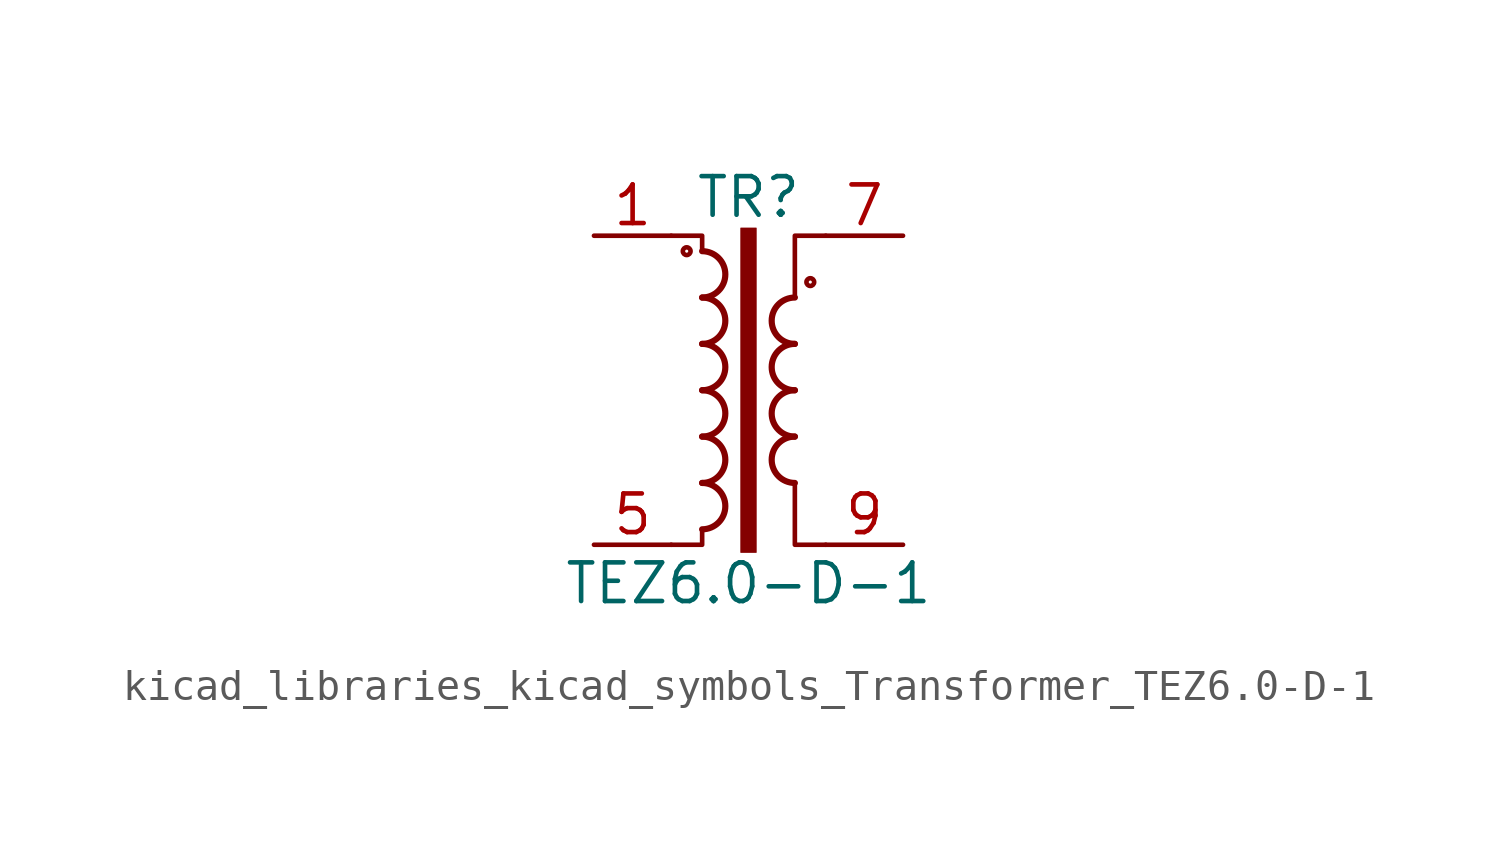
<source format=kicad_sym>
(kicad_symbol_lib
  (version 20220914)
  (generator kicad_symbol_editor)
  (symbol "kicad_libraries_kicad_symbols_Transformer_TEZ6.0-D-1"
    (pin_names
      (offset 0.025))
    (property "Reference" "TR"
      (at 0 6.35 0)
      (effects (font (size 1.27 1.27))))
    (property "Value" "TEZ6.0-D-1"
      (at 0 -6.35 0)
      (effects (font (size 1.27 1.27))))
    (symbol "kicad_libraries_kicad_symbols_Transformer_TEZ6.0-D-1_0_1"
      (circle (center -2.032 4.572) (radius 0.127) (stroke (width 0) (type default)) (fill (type none)))
      (arc (start -1.524 -4.572) (mid -0.7653 -3.81) (end -1.524 -3.048) (stroke (width 0.2032) (type default)) (fill (type none)))
      (arc (start -1.524 -3.048) (mid -0.7653 -2.286) (end -1.524 -1.524) (stroke (width 0.2032) (type default)) (fill (type none)))
      (arc (start -1.524 -1.524) (mid -0.7653 -0.762) (end -1.524 0) (stroke (width 0.2032) (type default)) (fill (type none)))
      (arc (start -1.524 0) (mid -0.7653 0.762) (end -1.524 1.524) (stroke (width 0.2032) (type default)) (fill (type none)))
      (arc (start -1.524 1.524) (mid -0.7653 2.286) (end -1.524 3.048) (stroke (width 0.2032) (type default)) (fill (type none)))
      (arc (start -1.524 3.048) (mid -0.7653 3.81) (end -1.524 4.572) (stroke (width 0.2032) (type default)) (fill (type none)))
      (rectangle (start -0.254 5.334) (end 0.254 -5.334) (stroke (width 0.025) (type default)) (fill (type outline)))
      (polyline (pts (xy -1.524 -4.572) (xy -1.524 -5.08) (xy -2.54 -5.08)) (stroke (width 0) (type default)) (fill (type none)))
      (polyline (pts (xy -1.524 4.572) (xy -1.524 5.08) (xy -2.54 5.08)) (stroke (width 0) (type default)) (fill (type none)))
      (polyline (pts (xy 1.524 3.048) (xy 1.524 5.08) (xy 2.54 5.08) (xy 2.54 5.08)) (stroke (width 0.152) (type default)) (fill (type none)))
      (polyline (pts (xy 2.54 -5.08) (xy 1.524 -5.08) (xy 1.524 -3.048) (xy 1.524 -3.048)) (stroke (width 0.152) (type default)) (fill (type none)))
      (arc (start 1.524 -1.524) (mid 0.7653 -2.286) (end 1.524 -3.048) (stroke (width 0.2032) (type default)) (fill (type none)))
      (arc (start 1.524 0) (mid 0.7653 -0.762) (end 1.524 -1.524) (stroke (width 0.2032) (type default)) (fill (type none)))
      (arc (start 1.524 1.524) (mid 0.7653 0.762) (end 1.524 0) (stroke (width 0.2032) (type default)) (fill (type none)))
      (arc (start 1.524 3.048) (mid 0.7653 2.286) (end 1.524 1.524) (stroke (width 0.2032) (type default)) (fill (type none)))
      (circle (center 2.032 3.556) (radius 0.127) (stroke (width 0) (type default)) (fill (type none))))
    (symbol "kicad_libraries_kicad_symbols_Transformer_TEZ6.0-D-1_1_1"
      (pin passive line (at -5.08 5.08 0) (length 2.54) (name "~" (effects (font (size 1.27 1.27)))) (number "1" (effects (font (size 1.27 1.27)))))
      (pin passive line (at -5.08 -5.08 0) (length 2.54) (name "~" (effects (font (size 1.27 1.27)))) (number "5" (effects (font (size 1.27 1.27)))))
      (pin passive line (at 5.08 5.08 180) (length 2.54) (name "~" (effects (font (size 1.27 1.27)))) (number "7" (effects (font (size 1.27 1.27)))))
      (pin passive line (at 5.08 -5.08 180) (length 2.54) (name "~" (effects (font (size 1.27 1.27)))) (number "9" (effects (font (size 1.27 1.27))))))))
</source>
